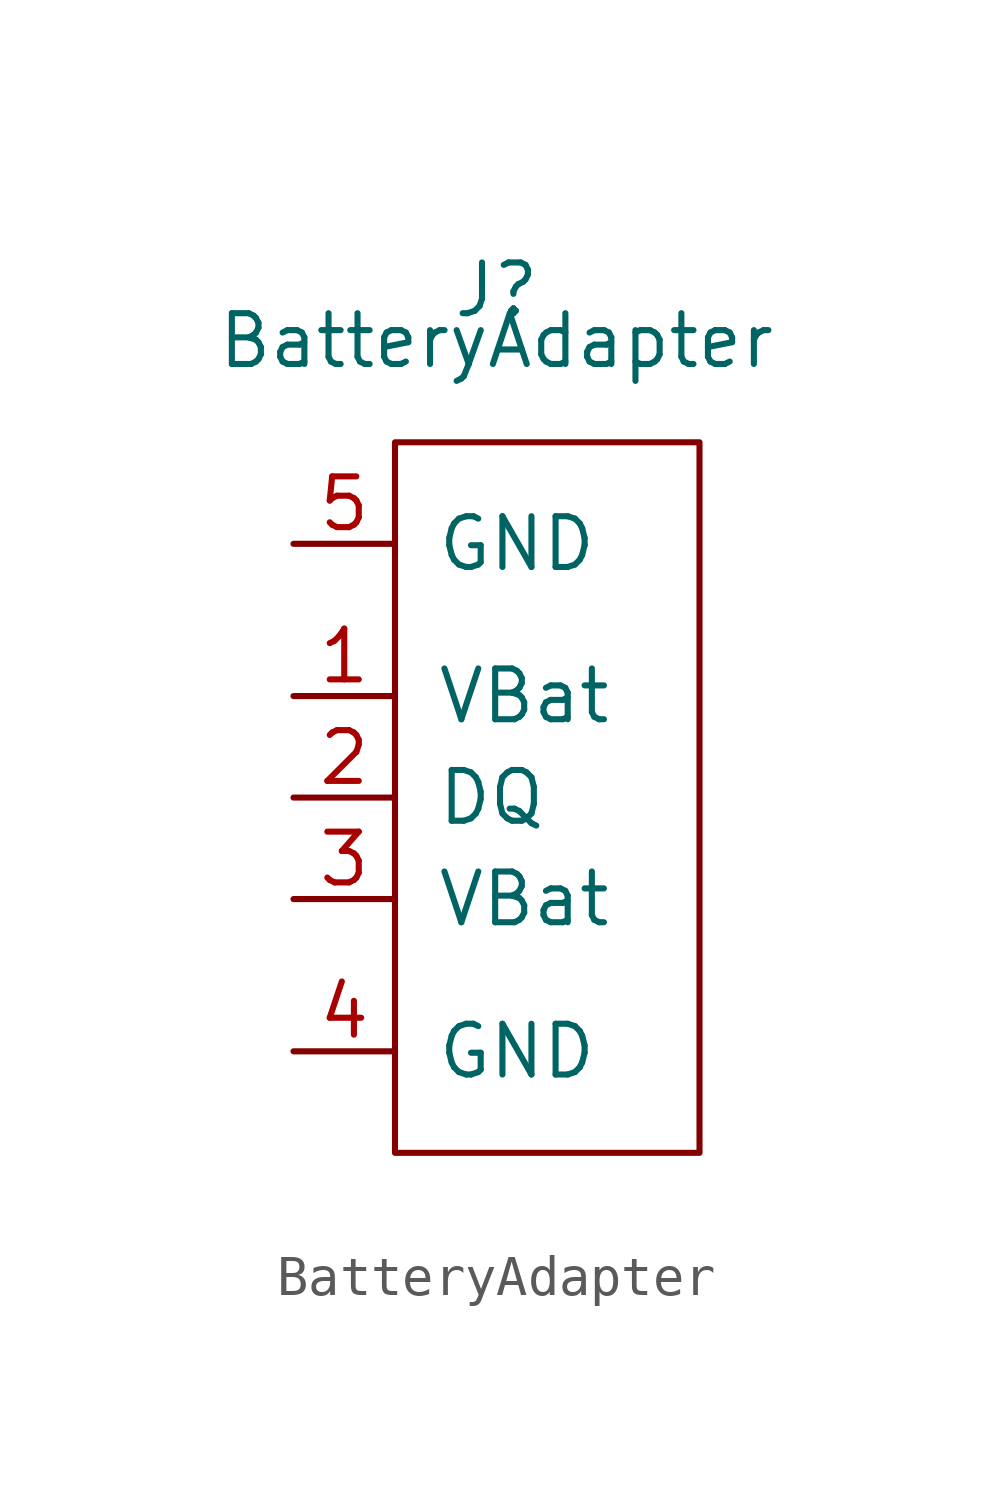
<source format=kicad_sym>
(kicad_symbol_lib
  (version 20211014)
  (generator kicad_symbol_editor)
  (symbol "BatteryAdapter"
    (pin_names
      (offset 1.016))
    (property "Reference" "J"
      (at 0 12.7 0)
      (effects (font (size 1.27 1.27))))
    (property "Value" "BatteryAdapter"
      (at 0 11.43 0)
      (effects (font (size 1.27 1.27))))
    (symbol "BatteryAdapter_0_1"
      (rectangle (start -2.54 8.89) (end 5.08 -8.89) (stroke (width 0) (type default) (color 0 0 0 0)) (fill (type none))))
    (symbol "BatteryAdapter_1_1"
      (pin power_out line (at -5.08 2.54 0) (length 2.54) (name "VBat" (effects (font (size 1.27 1.27)))) (number "1" (effects (font (size 1.27 1.27)))))
      (pin input line (at -5.08 0 0) (length 2.54) (name "DQ" (effects (font (size 1.27 1.27)))) (number "2" (effects (font (size 1.27 1.27)))))
      (pin power_out line (at -5.08 -2.54 0) (length 2.54) (name "VBat" (effects (font (size 1.27 1.27)))) (number "3" (effects (font (size 1.27 1.27)))))
      (pin power_in line (at -5.08 -6.35 0) (length 2.54) (name "GND" (effects (font (size 1.27 1.27)))) (number "4" (effects (font (size 1.27 1.27)))))
      (pin power_in line (at -5.08 6.35 0) (length 2.54) (name "GND" (effects (font (size 1.27 1.27)))) (number "5" (effects (font (size 1.27 1.27))))))))
</source>
